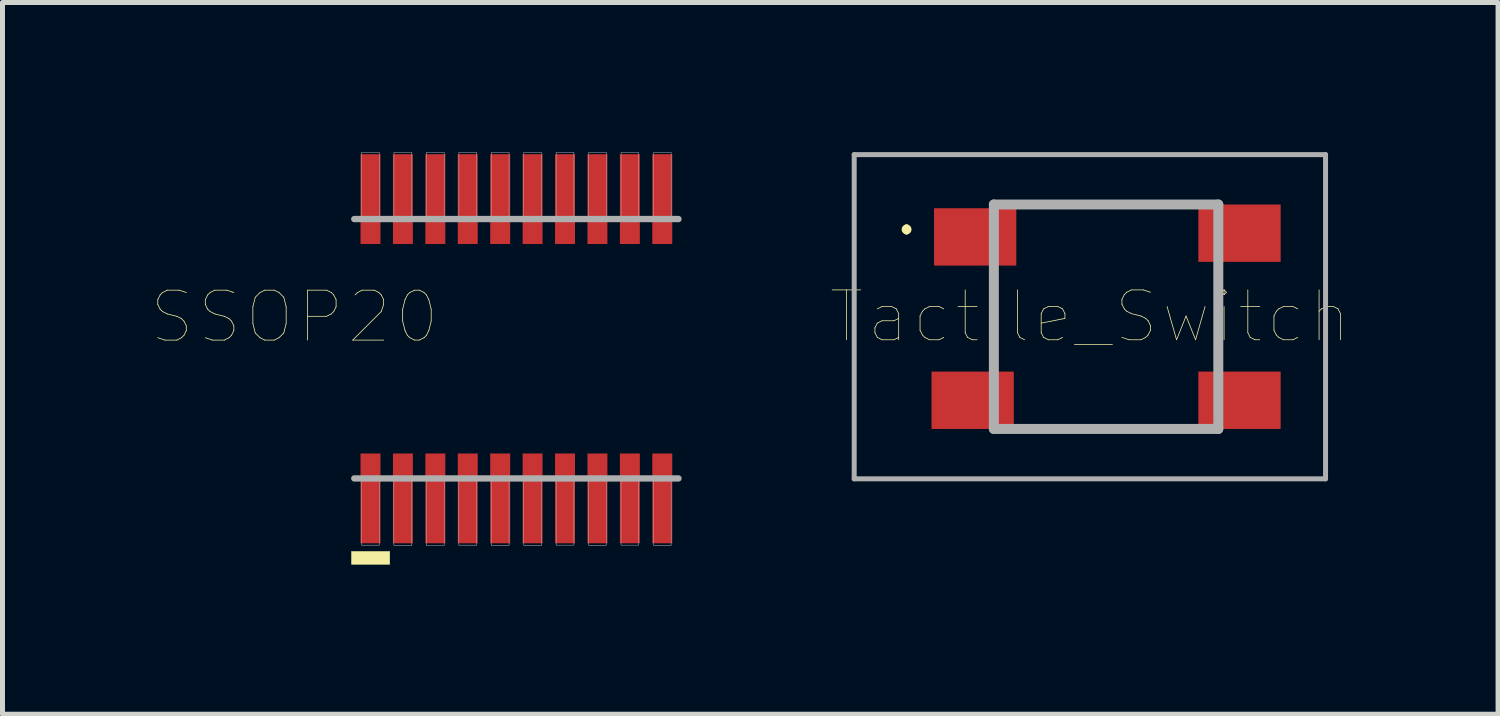
<source format=kicad_pcb>
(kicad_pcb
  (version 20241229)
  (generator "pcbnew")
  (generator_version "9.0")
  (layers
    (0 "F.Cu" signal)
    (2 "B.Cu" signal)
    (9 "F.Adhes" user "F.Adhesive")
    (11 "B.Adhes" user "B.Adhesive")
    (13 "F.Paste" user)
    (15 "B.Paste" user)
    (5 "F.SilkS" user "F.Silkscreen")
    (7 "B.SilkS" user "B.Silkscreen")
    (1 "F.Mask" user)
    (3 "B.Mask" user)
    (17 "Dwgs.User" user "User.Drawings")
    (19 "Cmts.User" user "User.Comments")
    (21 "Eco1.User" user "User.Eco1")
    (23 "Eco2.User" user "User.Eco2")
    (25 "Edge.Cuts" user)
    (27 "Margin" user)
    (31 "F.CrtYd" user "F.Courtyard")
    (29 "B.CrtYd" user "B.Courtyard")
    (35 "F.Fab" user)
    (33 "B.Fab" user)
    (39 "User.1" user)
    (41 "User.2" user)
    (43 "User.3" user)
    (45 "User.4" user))
  (footprint "SSOP20"
    (layer "F.Cu")
    (at 7.303 3.942)
    (property "Reference" "SSOP20" (at -4.449 -0.636 180) (layer "F.SilkS") (effects (font (size 1.001 1.001) (thickness 0.015))))
    (attr through_hole)
    (fp_poly (pts (xy -3.305 4.064) (xy -2.54 4.064) (xy -2.54 4.322) (xy -3.305 4.322)) (stroke (width 0.01) (type solid)) (fill yes) (layer "F.SilkS"))
    (fp_line (start -3.25 2.6) (end 3.25 2.6) (stroke (width 0.127) (type solid)) (layer "F.Fab"))
    (fp_line (start 3.25 -2.6) (end -3.25 -2.6) (stroke (width 0.127) (type solid)) (layer "F.Fab"))
    (fp_poly (pts (xy -3.109 -3.937) (xy -2.747 -3.937) (xy -2.747 -2.646) (xy -3.109 -2.646)) (stroke (width 0.01) (type solid)) (fill no) (layer "F.Fab"))
    (fp_poly (pts (xy -3.105 2.642) (xy -2.747 2.642) (xy -2.747 3.939) (xy -3.105 3.939)) (stroke (width 0.01) (type solid)) (fill no) (layer "F.Fab"))
    (fp_poly (pts (xy -2.457 2.642) (xy -2.097 2.642) (xy -2.097 3.943) (xy -2.457 3.943)) (stroke (width 0.01) (type solid)) (fill no) (layer "F.Fab"))
    (fp_poly (pts (xy -2.455 -3.937) (xy -2.097 -3.937) (xy -2.097 -2.644) (xy -2.455 -2.644)) (stroke (width 0.01) (type solid)) (fill no) (layer "F.Fab"))
    (fp_poly (pts (xy -1.806 2.642) (xy -1.447 2.642) (xy -1.447 3.945) (xy -1.806 3.945)) (stroke (width 0.01) (type solid)) (fill no) (layer "F.Fab"))
    (fp_poly (pts (xy -1.806 -3.937) (xy -1.447 -3.937) (xy -1.447 -2.646) (xy -1.806 -2.646)) (stroke (width 0.01) (type solid)) (fill no) (layer "F.Fab"))
    (fp_poly (pts (xy -1.154 2.642) (xy -0.797 2.642) (xy -0.797 3.939) (xy -1.154 3.939)) (stroke (width 0.01) (type solid)) (fill no) (layer "F.Fab"))
    (fp_poly (pts (xy -1.153 -3.937) (xy -0.797 -3.937) (xy -0.797 -2.643) (xy -1.153 -2.643)) (stroke (width 0.01) (type solid)) (fill no) (layer "F.Fab"))
    (fp_poly (pts (xy -0.504 2.642) (xy -0.147 2.642) (xy -0.147 3.943) (xy -0.504 3.943)) (stroke (width 0.01) (type solid)) (fill no) (layer "F.Fab"))
    (fp_poly (pts (xy -0.503 -3.937) (xy -0.147 -3.937) (xy -0.147 -2.644) (xy -0.503 -2.644)) (stroke (width 0.01) (type solid)) (fill no) (layer "F.Fab"))
    (fp_poly (pts (xy 0.147 -3.937) (xy 0.503 -3.937) (xy 0.503 -2.645) (xy 0.147 -2.645)) (stroke (width 0.01) (type solid)) (fill no) (layer "F.Fab"))
    (fp_poly (pts (xy 0.147 2.642) (xy 0.503 2.642) (xy 0.503 3.943) (xy 0.147 3.943)) (stroke (width 0.01) (type solid)) (fill no) (layer "F.Fab"))
    (fp_poly (pts (xy 0.798 2.642) (xy 1.153 2.642) (xy 1.153 3.938) (xy 0.798 3.938)) (stroke (width 0.01) (type solid)) (fill no) (layer "F.Fab"))
    (fp_poly (pts (xy 0.798 -3.937) (xy 1.153 -3.937) (xy 1.153 -2.644) (xy 0.798 -2.644)) (stroke (width 0.01) (type solid)) (fill no) (layer "F.Fab"))
    (fp_poly (pts (xy 1.448 2.642) (xy 1.803 2.642) (xy 1.803 3.94) (xy 1.448 3.94)) (stroke (width 0.01) (type solid)) (fill no) (layer "F.Fab"))
    (fp_poly (pts (xy 1.449 -3.937) (xy 1.803 -3.937) (xy 1.803 -2.645) (xy 1.449 -2.645)) (stroke (width 0.01) (type solid)) (fill no) (layer "F.Fab"))
    (fp_poly (pts (xy 2.098 2.642) (xy 2.453 2.642) (xy 2.453 3.938) (xy 2.098 3.938)) (stroke (width 0.01) (type solid)) (fill no) (layer "F.Fab"))
    (fp_poly (pts (xy 2.099 -3.937) (xy 2.453 -3.937) (xy 2.453 -2.644) (xy 2.099 -2.644)) (stroke (width 0.01) (type solid)) (fill no) (layer "F.Fab"))
    (fp_poly (pts (xy 2.749 -3.937) (xy 3.103 -3.937) (xy 3.103 -2.643) (xy 2.749 -2.643)) (stroke (width 0.01) (type solid)) (fill no) (layer "F.Fab"))
    (fp_poly (pts (xy 2.752 2.642) (xy 3.103 2.642) (xy 3.103 3.944) (xy 2.752 3.944)) (stroke (width 0.01) (type solid)) (fill no) (layer "F.Fab"))
    (pad "1" smd rect (at -2.925 3) (size 0.4 1.8) (layers "F.Cu" "F.Mask" "F.Paste"))
    (pad "2" smd rect (at -2.275 3) (size 0.4 1.8) (layers "F.Cu" "F.Mask" "F.Paste"))
    (pad "3" smd rect (at -1.625 3) (size 0.4 1.8) (layers "F.Cu" "F.Mask" "F.Paste"))
    (pad "4" smd rect (at -0.975 3) (size 0.4 1.8) (layers "F.Cu" "F.Mask" "F.Paste"))
    (pad "5" smd rect (at -0.325 3) (size 0.4 1.8) (layers "F.Cu" "F.Mask" "F.Paste"))
    (pad "6" smd rect (at 0.325 3) (size 0.4 1.8) (layers "F.Cu" "F.Mask" "F.Paste"))
    (pad "7" smd rect (at 0.975 3) (size 0.4 1.8) (layers "F.Cu" "F.Mask" "F.Paste"))
    (pad "8" smd rect (at 1.625 3) (size 0.4 1.8) (layers "F.Cu" "F.Mask" "F.Paste"))
    (pad "9" smd rect (at 2.275 3) (size 0.4 1.8) (layers "F.Cu" "F.Mask" "F.Paste"))
    (pad "10" smd rect (at 2.925 3) (size 0.4 1.8) (layers "F.Cu" "F.Mask" "F.Paste"))
    (pad "11" smd rect (at 2.925 -3) (size 0.4 1.8) (layers "F.Cu" "F.Mask" "F.Paste"))
    (pad "12" smd rect (at 2.275 -3) (size 0.4 1.8) (layers "F.Cu" "F.Mask" "F.Paste"))
    (pad "13" smd rect (at 1.625 -3) (size 0.4 1.8) (layers "F.Cu" "F.Mask" "F.Paste"))
    (pad "14" smd rect (at 0.975 -3) (size 0.4 1.8) (layers "F.Cu" "F.Mask" "F.Paste"))
    (pad "15" smd rect (at 0.325 -3) (size 0.4 1.8) (layers "F.Cu" "F.Mask" "F.Paste"))
    (pad "16" smd rect (at -0.325 -3) (size 0.4 1.8) (layers "F.Cu" "F.Mask" "F.Paste"))
    (pad "17" smd rect (at -0.975 -3) (size 0.4 1.8) (layers "F.Cu" "F.Mask" "F.Paste"))
    (pad "18" smd rect (at -1.625 -3) (size 0.4 1.8) (layers "F.Cu" "F.Mask" "F.Paste"))
    (pad "19" smd rect (at -2.275 -3) (size 0.4 1.8) (layers "F.Cu" "F.Mask" "F.Paste"))
    (pad "20" smd rect (at -2.925 -3) (size 0.4 1.8) (layers "F.Cu" "F.Mask" "F.Paste")))
  (footprint "Tactile_Switch"
    (layer "F.Cu")
    (at 19.126 3.3)
    (property "Reference" "Tactile_Switch" (at -0.325 0 0) (layer "F.SilkS") (effects (font (size 1 1) (thickness 0.015))))
    (attr through_hole)
    (fp_line (start -4 -1.8) (end -4 -1.8) (stroke (width 0.1) (type solid)) (layer "F.SilkS"))
    (fp_line (start -4 -1.7) (end -4 -1.7) (stroke (width 0.1) (type solid)) (layer "F.SilkS"))
    (fp_line (start -2.25 -0.9) (end -2.25 0.9) (stroke (width 0.1) (type solid)) (layer "F.SilkS"))
    (fp_line (start -1.8 -2.25) (end 1.8 -2.25) (stroke (width 0.1) (type solid)) (layer "F.SilkS"))
    (fp_line (start -1.8 2.25) (end 1.8 2.25) (stroke (width 0.1) (type solid)) (layer "F.SilkS"))
    (fp_line (start 2.25 -0.9) (end 2.25 0.9) (stroke (width 0.1) (type solid)) (layer "F.SilkS"))
    (fp_arc (start -4 -1.8) (mid -3.95 -1.75) (end -4 -1.7) (stroke (width 0.1) (type solid)) (layer "F.SilkS"))
    (fp_arc (start -4 -1.7) (mid -4.05 -1.75) (end -4 -1.8) (stroke (width 0.1) (type solid)) (layer "F.SilkS"))
    (fp_line (start -5.05 -3.25) (end 4.4 -3.25) (stroke (width 0.1) (type solid)) (layer "F.Fab"))
    (fp_line (start -5.05 3.25) (end -5.05 -3.25) (stroke (width 0.1) (type solid)) (layer "F.Fab"))
    (fp_line (start -2.25 -2.25) (end 2.25 -2.25) (stroke (width 0.2) (type solid)) (layer "F.Fab"))
    (fp_line (start -2.25 2.25) (end -2.25 -2.25) (stroke (width 0.2) (type solid)) (layer "F.Fab"))
    (fp_line (start 2.25 -2.25) (end 2.25 2.25) (stroke (width 0.2) (type solid)) (layer "F.Fab"))
    (fp_line (start 2.25 2.25) (end -2.25 2.25) (stroke (width 0.2) (type solid)) (layer "F.Fab"))
    (fp_line (start 4.4 -3.25) (end 4.4 3.25) (stroke (width 0.1) (type solid)) (layer "F.Fab"))
    (fp_line (start 4.4 3.25) (end -5.05 3.25) (stroke (width 0.1) (type solid)) (layer "F.Fab"))
    (pad "1" smd rect (at -2.625 -1.6) (size 1.65 1.15) (layers "F.Cu" "F.Mask" "F.Paste"))
    (pad "2" smd rect (at 2.675 -1.675) (size 1.65 1.15) (layers "F.Cu" "F.Mask" "F.Paste"))
    (pad "3" smd rect (at -2.675 1.675) (size 1.65 1.15) (layers "F.Cu" "F.Mask" "F.Paste"))
    (pad "4" smd rect (at 2.675 1.675) (size 1.65 1.15) (layers "F.Cu" "F.Mask" "F.Paste")))
  (gr_rect
    (start -3 -3)
    (end 26.985 11.269)
    (stroke (width 0.1) (type default))
    (fill no)
    (layer "Edge.Cuts")))
</source>
